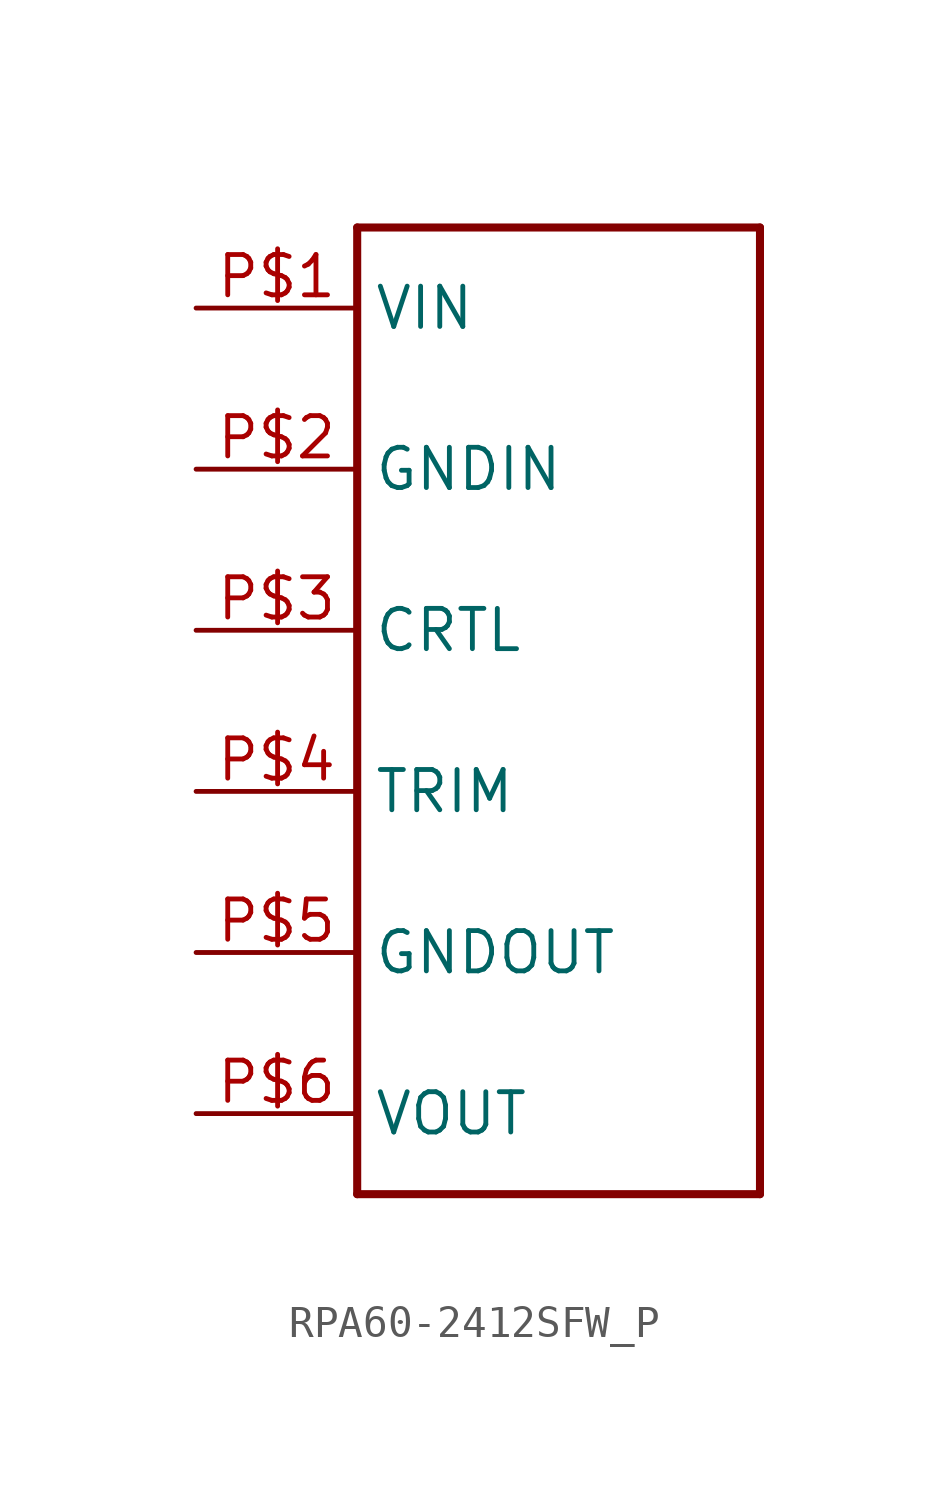
<source format=kicad_sym>
(kicad_symbol_lib
  (version 20211014)
  (generator kicad_symbol_editor)
  (symbol "RPA60-2412SFW_P"
    (property "Reference" ""
      (at 0 0 0)
      (effects (font (size 1.27 1.27)) hide))
    (property "ki_locked" ""
      (at 0 0 0)
      (effects (font (size 1.27 1.27))))
    (symbol "RPA60-2412SFW_P_1_0"
      (polyline (pts (xy 0 -12.7) (xy 12.7 -12.7)) (stroke (width 0.254) (type default) (color 0 0 0 0)) (fill (type none)))
      (polyline (pts (xy 0 17.78) (xy 0 -12.7)) (stroke (width 0.254) (type default) (color 0 0 0 0)) (fill (type none)))
      (polyline (pts (xy 12.7 -12.7) (xy 12.7 17.78)) (stroke (width 0.254) (type default) (color 0 0 0 0)) (fill (type none)))
      (polyline (pts (xy 12.7 17.78) (xy 0 17.78)) (stroke (width 0.254) (type default) (color 0 0 0 0)) (fill (type none)))
      (pin bidirectional line (at -5.08 15.24 0) (length 5.08) (name "VIN" (effects (font (size 1.27 1.27)))) (number "P$1" (effects (font (size 1.27 1.27)))))
      (pin bidirectional line (at -5.08 10.16 0) (length 5.08) (name "GNDIN" (effects (font (size 1.27 1.27)))) (number "P$2" (effects (font (size 1.27 1.27)))))
      (pin bidirectional line (at -5.08 5.08 0) (length 5.08) (name "CRTL" (effects (font (size 1.27 1.27)))) (number "P$3" (effects (font (size 1.27 1.27)))))
      (pin bidirectional line (at -5.08 0 0) (length 5.08) (name "TRIM" (effects (font (size 1.27 1.27)))) (number "P$4" (effects (font (size 1.27 1.27)))))
      (pin bidirectional line (at -5.08 -5.08 0) (length 5.08) (name "GNDOUT" (effects (font (size 1.27 1.27)))) (number "P$5" (effects (font (size 1.27 1.27)))))
      (pin bidirectional line (at -5.08 -10.16 0) (length 5.08) (name "VOUT" (effects (font (size 1.27 1.27)))) (number "P$6" (effects (font (size 1.27 1.27))))))))
</source>
